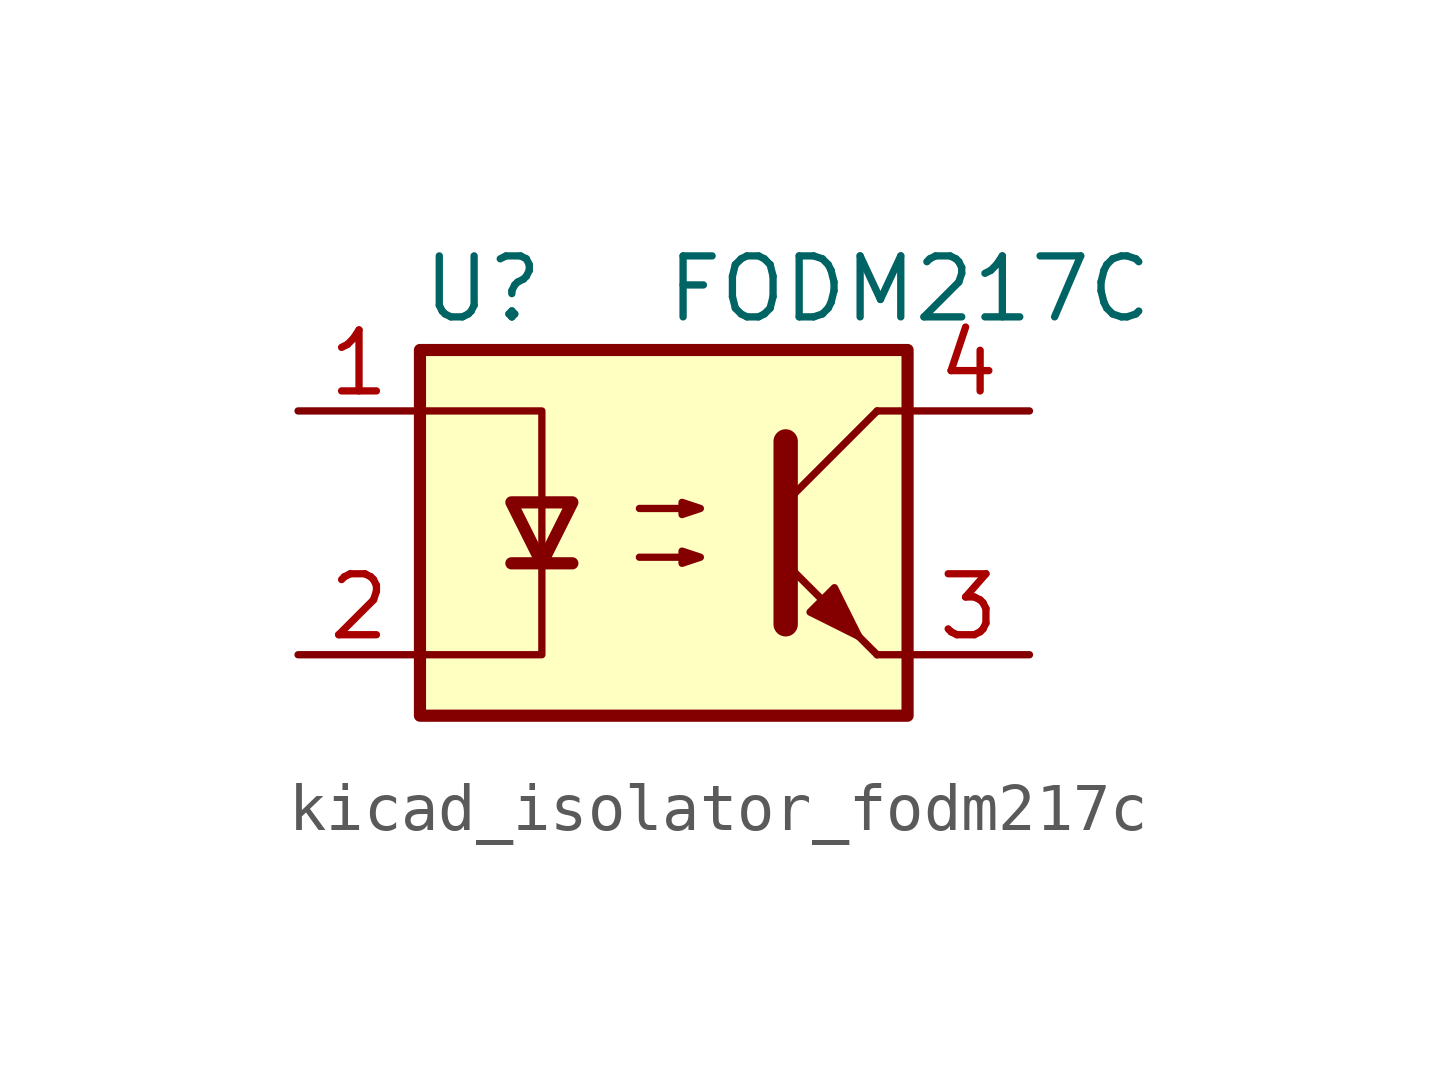
<source format=kicad_sym>
(kicad_symbol_lib
  (version 20220914)
  (generator kicad_symbol_editor)
  (symbol "kicad_isolator_fodm217c"
    (property "Reference" "U"
      (at -5.08 5.08 0)
      (effects (font (size 1.27 1.27)) (justify left)))
    (property "Value" "FODM217C"
      (at 0 5.08 0)
      (effects (font (size 1.27 1.27)) (justify left)))
    (symbol "kicad_isolator_fodm217c_0_1"
      (rectangle (start -5.08 3.81) (end 5.08 -3.81) (stroke (width 0.254) (type default)) (fill (type background)))
      (polyline (pts (xy -3.175 -0.635) (xy -1.905 -0.635)) (stroke (width 0.254) (type default)) (fill (type none)))
      (polyline (pts (xy 2.54 0.635) (xy 4.445 2.54)) (stroke (width 0) (type default)) (fill (type none)))
      (polyline (pts (xy 4.445 -2.54) (xy 2.54 -0.635)) (stroke (width 0) (type default)) (fill (type outline)))
      (polyline (pts (xy 4.445 -2.54) (xy 5.08 -2.54)) (stroke (width 0) (type default)) (fill (type none)))
      (polyline (pts (xy 4.445 2.54) (xy 5.08 2.54)) (stroke (width 0) (type default)) (fill (type none)))
      (polyline (pts (xy -5.08 2.54) (xy -2.54 2.54) (xy -2.54 -0.635)) (stroke (width 0) (type default)) (fill (type none)))
      (polyline (pts (xy -2.54 -0.635) (xy -2.54 -2.54) (xy -5.08 -2.54)) (stroke (width 0) (type default)) (fill (type none)))
      (polyline (pts (xy 2.54 1.905) (xy 2.54 -1.905) (xy 2.54 -1.905)) (stroke (width 0.508) (type default)) (fill (type none)))
      (polyline (pts (xy -2.54 -0.635) (xy -3.175 0.635) (xy -1.905 0.635) (xy -2.54 -0.635)) (stroke (width 0.254) (type default)) (fill (type none)))
      (polyline (pts (xy -0.508 -0.508) (xy 0.762 -0.508) (xy 0.381 -0.635) (xy 0.381 -0.381) (xy 0.762 -0.508)) (stroke (width 0) (type default)) (fill (type none)))
      (polyline (pts (xy -0.508 0.508) (xy 0.762 0.508) (xy 0.381 0.381) (xy 0.381 0.635) (xy 0.762 0.508)) (stroke (width 0) (type default)) (fill (type none)))
      (polyline (pts (xy 3.048 -1.651) (xy 3.556 -1.143) (xy 4.064 -2.159) (xy 3.048 -1.651) (xy 3.048 -1.651)) (stroke (width 0) (type default)) (fill (type outline))))
    (symbol "kicad_isolator_fodm217c_1_1"
      (pin passive line (at -7.62 2.54 0) (length 2.54) (name "~" (effects (font (size 1.27 1.27)))) (number "1" (effects (font (size 1.27 1.27)))))
      (pin passive line (at -7.62 -2.54 0) (length 2.54) (name "~" (effects (font (size 1.27 1.27)))) (number "2" (effects (font (size 1.27 1.27)))))
      (pin passive line (at 7.62 -2.54 180) (length 2.54) (name "~" (effects (font (size 1.27 1.27)))) (number "3" (effects (font (size 1.27 1.27)))))
      (pin passive line (at 7.62 2.54 180) (length 2.54) (name "~" (effects (font (size 1.27 1.27)))) (number "4" (effects (font (size 1.27 1.27))))))))
</source>
